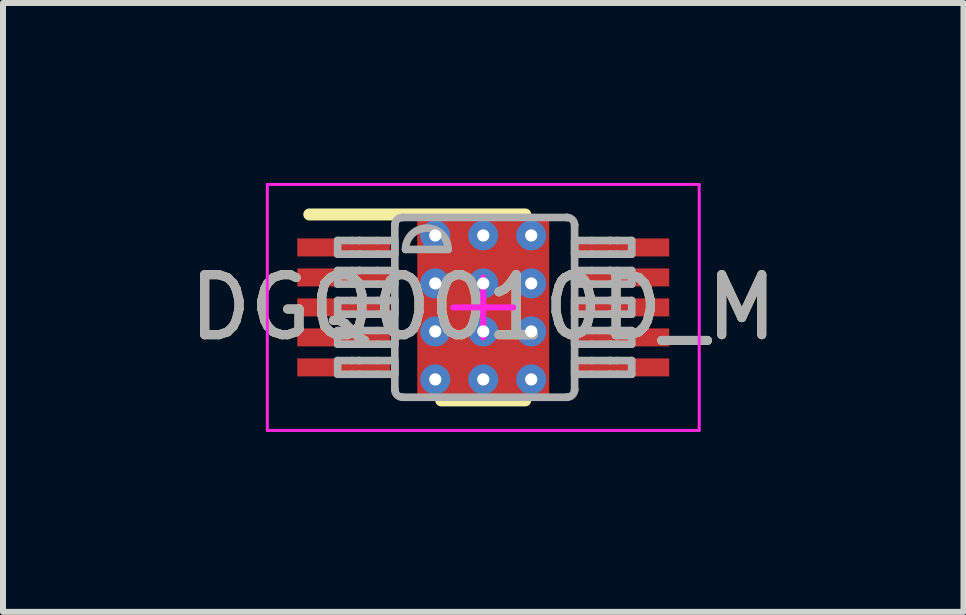
<source format=kicad_pcb>
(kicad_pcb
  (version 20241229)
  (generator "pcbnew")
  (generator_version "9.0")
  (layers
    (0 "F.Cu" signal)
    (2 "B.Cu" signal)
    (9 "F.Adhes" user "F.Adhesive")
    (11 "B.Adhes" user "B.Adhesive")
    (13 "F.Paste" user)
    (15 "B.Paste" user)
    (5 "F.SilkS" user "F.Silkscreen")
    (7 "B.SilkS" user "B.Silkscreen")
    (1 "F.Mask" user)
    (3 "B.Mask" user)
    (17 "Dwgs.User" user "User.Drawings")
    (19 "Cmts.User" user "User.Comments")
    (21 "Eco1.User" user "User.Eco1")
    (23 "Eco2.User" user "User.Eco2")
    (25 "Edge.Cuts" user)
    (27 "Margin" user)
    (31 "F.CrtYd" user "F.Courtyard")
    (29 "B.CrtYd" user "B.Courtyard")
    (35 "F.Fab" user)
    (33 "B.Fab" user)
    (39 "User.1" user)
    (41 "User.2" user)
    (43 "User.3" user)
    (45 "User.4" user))
  (footprint "DGQ0010D_M"
    (layer "F.Cu")
    (at 5.006 2.075)
    (property "Reference" "DGQ0010D_M" (at 0 0 0) (unlocked yes) (layer "F.SilkS") (effects (font (size 1 1) (thickness 0.15))))
    (attr through_hole)
    (fp_poly (pts (xy -0.915 0.899) (xy -0.915 -0.899) (xy -0.914 -0.908) (xy -0.912 -0.917) (xy -0.907 -0.925) (xy -0.902 -0.932) (xy -0.895 -0.937) (xy -0.887 -0.942) (xy -0.878 -0.944) (xy -0.869 -0.945) (xy 0.869 -0.945) (xy 0.878 -0.944) (xy 0.887 -0.942) (xy 0.895 -0.937) (xy 0.902 -0.932) (xy 0.907 -0.925) (xy 0.912 -0.917) (xy 0.914 -0.908) (xy 0.915 -0.899) (xy 0.915 0.899) (xy 0.914 0.908) (xy 0.912 0.917) (xy 0.907 0.925) (xy 0.902 0.932) (xy 0.895 0.937) (xy 0.887 0.942) (xy 0.878 0.944) (xy 0.869 0.945) (xy -0.869 0.945) (xy -0.878 0.944) (xy -0.887 0.942) (xy -0.895 0.937) (xy -0.902 0.932) (xy -0.907 0.925) (xy -0.912 0.917) (xy -0.914 0.908)) (stroke (width 0) (type solid)) (fill yes) (layer "F.Mask"))
    (fp_line (start -2.9 -1.55) (end 0.7 -1.55) (stroke (width 0.2) (type solid)) (layer "F.SilkS"))
    (fp_line (start -0.7 1.55) (end 0.7 1.55) (stroke (width 0.2) (type solid)) (layer "F.SilkS"))
    (fp_poly (pts (xy -0.915 0.899) (xy -0.915 -0.899) (xy -0.914 -0.908) (xy -0.912 -0.917) (xy -0.907 -0.925) (xy -0.902 -0.932) (xy -0.895 -0.937) (xy -0.887 -0.942) (xy -0.878 -0.944) (xy -0.869 -0.945) (xy 0.869 -0.945) (xy 0.878 -0.944) (xy 0.887 -0.942) (xy 0.895 -0.937) (xy 0.902 -0.932) (xy 0.907 -0.925) (xy 0.912 -0.917) (xy 0.914 -0.908) (xy 0.915 -0.899) (xy 0.915 0.899) (xy 0.914 0.908) (xy 0.912 0.917) (xy 0.907 0.925) (xy 0.902 0.932) (xy 0.895 0.937) (xy 0.887 0.942) (xy 0.878 0.944) (xy 0.869 0.945) (xy -0.869 0.945) (xy -0.878 0.944) (xy -0.887 0.942) (xy -0.895 0.937) (xy -0.902 0.932) (xy -0.907 0.925) (xy -0.912 0.917) (xy -0.914 0.908)) (stroke (width 0) (type solid)) (fill yes) (layer "F.Paste"))
    (fp_line (start -3.6 -2.05) (end 3.6 -2.05) (stroke (width 0.05) (type solid)) (layer "F.CrtYd"))
    (fp_line (start -3.6 2.05) (end -3.6 -2.05) (stroke (width 0.05) (type solid)) (layer "F.CrtYd"))
    (fp_line (start -3.6 2.05) (end 3.6 2.05) (stroke (width 0.05) (type solid)) (layer "F.CrtYd"))
    (fp_line (start -0.5 0.000003) (end 0.5 0.000003) (stroke (width 0.1) (type solid)) (layer "F.CrtYd"))
    (fp_line (start 0 0.5) (end 0 -0.5) (stroke (width 0.1) (type solid)) (layer "F.CrtYd"))
    (fp_line (start 3.6 2.05) (end 3.6 -2.05) (stroke (width 0.05) (type solid)) (layer "F.CrtYd"))
    (fp_line (start -2.427 -1.116) (end -2.187 -1.116) (stroke (width 0.127) (type solid)) (layer "F.Fab"))
    (fp_line (start -2.427 -0.888) (end -2.427 -1.116) (stroke (width 0.127) (type solid)) (layer "F.Fab"))
    (fp_line (start -2.427 -0.888) (end -2.187 -0.888) (stroke (width 0.127) (type solid)) (layer "F.Fab"))
    (fp_line (start -2.427 -0.616) (end -2.187 -0.616) (stroke (width 0.127) (type solid)) (layer "F.Fab"))
    (fp_line (start -2.427 -0.388) (end -2.427 -0.616) (stroke (width 0.127) (type solid)) (layer "F.Fab"))
    (fp_line (start -2.427 -0.388) (end -2.187 -0.388) (stroke (width 0.127) (type solid)) (layer "F.Fab"))
    (fp_line (start -2.427 -0.116) (end -2.187 -0.116) (stroke (width 0.127) (type solid)) (layer "F.Fab"))
    (fp_line (start -2.427 0.113) (end -2.427 -0.116) (stroke (width 0.127) (type solid)) (layer "F.Fab"))
    (fp_line (start -2.427 0.113) (end -2.187 0.113) (stroke (width 0.127) (type solid)) (layer "F.Fab"))
    (fp_line (start -2.427 0.385) (end -2.187 0.385) (stroke (width 0.127) (type solid)) (layer "F.Fab"))
    (fp_line (start -2.427 0.613) (end -2.427 0.385) (stroke (width 0.127) (type solid)) (layer "F.Fab"))
    (fp_line (start -2.427 0.613) (end -2.187 0.613) (stroke (width 0.127) (type solid)) (layer "F.Fab"))
    (fp_line (start -2.427 0.885) (end -2.187 0.885) (stroke (width 0.127) (type solid)) (layer "F.Fab"))
    (fp_line (start -2.427 1.114) (end -2.427 0.885) (stroke (width 0.127) (type solid)) (layer "F.Fab"))
    (fp_line (start -2.427 1.114) (end -2.187 1.114) (stroke (width 0.127) (type solid)) (layer "F.Fab"))
    (fp_line (start -2.187 -1.116) (end -2.067 -1.116) (stroke (width 0.127) (type solid)) (layer "F.Fab"))
    (fp_line (start -2.187 -0.888) (end -2.067 -0.888) (stroke (width 0.127) (type solid)) (layer "F.Fab"))
    (fp_line (start -2.187 -0.616) (end -2.067 -0.616) (stroke (width 0.127) (type solid)) (layer "F.Fab"))
    (fp_line (start -2.187 -0.388) (end -2.067 -0.388) (stroke (width 0.127) (type solid)) (layer "F.Fab"))
    (fp_line (start -2.187 -0.116) (end -2.067 -0.116) (stroke (width 0.127) (type solid)) (layer "F.Fab"))
    (fp_line (start -2.187 0.113) (end -2.067 0.113) (stroke (width 0.127) (type solid)) (layer "F.Fab"))
    (fp_line (start -2.187 0.385) (end -2.067 0.385) (stroke (width 0.127) (type solid)) (layer "F.Fab"))
    (fp_line (start -2.187 0.613) (end -2.067 0.613) (stroke (width 0.127) (type solid)) (layer "F.Fab"))
    (fp_line (start -2.187 0.885) (end -2.067 0.885) (stroke (width 0.127) (type solid)) (layer "F.Fab"))
    (fp_line (start -2.187 1.114) (end -2.067 1.114) (stroke (width 0.127) (type solid)) (layer "F.Fab"))
    (fp_line (start -2.067 -1.116) (end -2.064 -1.116) (stroke (width 0.127) (type solid)) (layer "F.Fab"))
    (fp_line (start -2.067 -0.888) (end -2.064 -0.888) (stroke (width 0.127) (type solid)) (layer "F.Fab"))
    (fp_line (start -2.067 -0.616) (end -2.064 -0.616) (stroke (width 0.127) (type solid)) (layer "F.Fab"))
    (fp_line (start -2.067 -0.388) (end -2.064 -0.388) (stroke (width 0.127) (type solid)) (layer "F.Fab"))
    (fp_line (start -2.067 -0.116) (end -2.064 -0.116) (stroke (width 0.127) (type solid)) (layer "F.Fab"))
    (fp_line (start -2.067 0.113) (end -2.064 0.113) (stroke (width 0.127) (type solid)) (layer "F.Fab"))
    (fp_line (start -2.067 0.385) (end -2.064 0.385) (stroke (width 0.127) (type solid)) (layer "F.Fab"))
    (fp_line (start -2.067 0.613) (end -2.064 0.613) (stroke (width 0.127) (type solid)) (layer "F.Fab"))
    (fp_line (start -2.067 0.885) (end -2.064 0.885) (stroke (width 0.127) (type solid)) (layer "F.Fab"))
    (fp_line (start -2.067 1.114) (end -2.064 1.114) (stroke (width 0.127) (type solid)) (layer "F.Fab"))
    (fp_line (start -2.064 -1.116) (end -1.76 -1.116) (stroke (width 0.127) (type solid)) (layer "F.Fab"))
    (fp_line (start -2.064 -0.888) (end -1.76 -0.888) (stroke (width 0.127) (type solid)) (layer "F.Fab"))
    (fp_line (start -2.064 -0.616) (end -1.76 -0.616) (stroke (width 0.127) (type solid)) (layer "F.Fab"))
    (fp_line (start -2.064 -0.388) (end -1.76 -0.388) (stroke (width 0.127) (type solid)) (layer "F.Fab"))
    (fp_line (start -2.064 -0.116) (end -1.76 -0.116) (stroke (width 0.127) (type solid)) (layer "F.Fab"))
    (fp_line (start -2.064 0.113) (end -1.76 0.113) (stroke (width 0.127) (type solid)) (layer "F.Fab"))
    (fp_line (start -2.064 0.385) (end -1.76 0.385) (stroke (width 0.127) (type solid)) (layer "F.Fab"))
    (fp_line (start -2.064 0.613) (end -1.76 0.613) (stroke (width 0.127) (type solid)) (layer "F.Fab"))
    (fp_line (start -2.064 0.885) (end -1.76 0.885) (stroke (width 0.127) (type solid)) (layer "F.Fab"))
    (fp_line (start -2.064 1.114) (end -1.76 1.114) (stroke (width 0.127) (type solid)) (layer "F.Fab"))
    (fp_line (start -1.76 -1.116) (end -1.474 -1.116) (stroke (width 0.127) (type solid)) (layer "F.Fab"))
    (fp_line (start -1.76 -0.888) (end -1.474 -0.888) (stroke (width 0.127) (type solid)) (layer "F.Fab"))
    (fp_line (start -1.76 -0.616) (end -1.474 -0.616) (stroke (width 0.127) (type solid)) (layer "F.Fab"))
    (fp_line (start -1.76 -0.388) (end -1.474 -0.388) (stroke (width 0.127) (type solid)) (layer "F.Fab"))
    (fp_line (start -1.76 -0.116) (end -1.474 -0.116) (stroke (width 0.127) (type solid)) (layer "F.Fab"))
    (fp_line (start -1.76 0.113) (end -1.474 0.113) (stroke (width 0.127) (type solid)) (layer "F.Fab"))
    (fp_line (start -1.76 0.385) (end -1.474 0.385) (stroke (width 0.127) (type solid)) (layer "F.Fab"))
    (fp_line (start -1.76 0.613) (end -1.474 0.613) (stroke (width 0.127) (type solid)) (layer "F.Fab"))
    (fp_line (start -1.76 0.885) (end -1.474 0.885) (stroke (width 0.127) (type solid)) (layer "F.Fab"))
    (fp_line (start -1.76 1.114) (end -1.474 1.114) (stroke (width 0.127) (type solid)) (layer "F.Fab"))
    (fp_line (start -1.474 -1.373) (end -1.474 -1.376) (stroke (width 0.127) (type solid)) (layer "F.Fab"))
    (fp_line (start -1.474 -0.888) (end -1.474 -1.116) (stroke (width 0.127) (type solid)) (layer "F.Fab"))
    (fp_line (start -1.474 -0.388) (end -1.474 -0.616) (stroke (width 0.127) (type solid)) (layer "F.Fab"))
    (fp_line (start -1.474 0.113) (end -1.474 -0.116) (stroke (width 0.127) (type solid)) (layer "F.Fab"))
    (fp_line (start -1.474 0.613) (end -1.474 0.385) (stroke (width 0.127) (type solid)) (layer "F.Fab"))
    (fp_line (start -1.474 1.114) (end -1.474 0.885) (stroke (width 0.127) (type solid)) (layer "F.Fab"))
    (fp_line (start -1.474 1.37) (end -1.474 -1.373) (stroke (width 0.127) (type solid)) (layer "F.Fab"))
    (fp_line (start -1.474 1.37) (end -1.474 1.373) (stroke (width 0.127) (type solid)) (layer "F.Fab"))
    (fp_line (start -1.35 -1.5) (end -1.347 -1.5) (stroke (width 0.127) (type solid)) (layer "F.Fab"))
    (fp_line (start -1.35 1.497) (end -1.347 1.497) (stroke (width 0.127) (type solid)) (layer "F.Fab"))
    (fp_line (start -1.347 -1.5) (end 1.396 -1.5) (stroke (width 0.127) (type solid)) (layer "F.Fab"))
    (fp_line (start -1.347 1.497) (end 1.396 1.497) (stroke (width 0.127) (type solid)) (layer "F.Fab"))
    (fp_line (start -1.296 -0.967) (end -0.585 -0.967) (stroke (width 0.127) (type solid)) (layer "F.Fab"))
    (fp_line (start 1.396 -1.5) (end 1.399 -1.5) (stroke (width 0.127) (type solid)) (layer "F.Fab"))
    (fp_line (start 1.396 1.497) (end 1.399 1.497) (stroke (width 0.127) (type solid)) (layer "F.Fab"))
    (fp_line (start 1.523 -1.376) (end 1.523 -1.373) (stroke (width 0.127) (type solid)) (layer "F.Fab"))
    (fp_line (start 1.523 1.373) (end 1.523 1.37) (stroke (width 0.127) (type solid)) (layer "F.Fab"))
    (fp_line (start 1.523 -1.116) (end 1.809 -1.116) (stroke (width 0.127) (type solid)) (layer "F.Fab"))
    (fp_line (start 1.523 -0.888) (end 1.523 -1.116) (stroke (width 0.127) (type solid)) (layer "F.Fab"))
    (fp_line (start 1.523 -0.888) (end 1.809 -0.888) (stroke (width 0.127) (type solid)) (layer "F.Fab"))
    (fp_line (start 1.523 -0.616) (end 1.809 -0.616) (stroke (width 0.127) (type solid)) (layer "F.Fab"))
    (fp_line (start 1.523 -0.388) (end 1.523 -0.616) (stroke (width 0.127) (type solid)) (layer "F.Fab"))
    (fp_line (start 1.523 -0.388) (end 1.809 -0.388) (stroke (width 0.127) (type solid)) (layer "F.Fab"))
    (fp_line (start 1.523 -0.116) (end 1.809 -0.116) (stroke (width 0.127) (type solid)) (layer "F.Fab"))
    (fp_line (start 1.523 0.113) (end 1.523 -0.116) (stroke (width 0.127) (type solid)) (layer "F.Fab"))
    (fp_line (start 1.523 0.113) (end 1.809 0.113) (stroke (width 0.127) (type solid)) (layer "F.Fab"))
    (fp_line (start 1.523 0.385) (end 1.809 0.385) (stroke (width 0.127) (type solid)) (layer "F.Fab"))
    (fp_line (start 1.523 0.613) (end 1.523 0.385) (stroke (width 0.127) (type solid)) (layer "F.Fab"))
    (fp_line (start 1.523 0.613) (end 1.809 0.613) (stroke (width 0.127) (type solid)) (layer "F.Fab"))
    (fp_line (start 1.523 0.885) (end 1.809 0.885) (stroke (width 0.127) (type solid)) (layer "F.Fab"))
    (fp_line (start 1.523 1.114) (end 1.523 0.885) (stroke (width 0.127) (type solid)) (layer "F.Fab"))
    (fp_line (start 1.523 1.114) (end 1.809 1.114) (stroke (width 0.127) (type solid)) (layer "F.Fab"))
    (fp_line (start 1.523 1.37) (end 1.523 -1.373) (stroke (width 0.127) (type solid)) (layer "F.Fab"))
    (fp_line (start 1.809 -1.116) (end 2.113 -1.116) (stroke (width 0.127) (type solid)) (layer "F.Fab"))
    (fp_line (start 1.809 -0.888) (end 2.113 -0.888) (stroke (width 0.127) (type solid)) (layer "F.Fab"))
    (fp_line (start 1.809 -0.616) (end 2.113 -0.616) (stroke (width 0.127) (type solid)) (layer "F.Fab"))
    (fp_line (start 1.809 -0.388) (end 2.113 -0.388) (stroke (width 0.127) (type solid)) (layer "F.Fab"))
    (fp_line (start 1.809 -0.116) (end 2.113 -0.116) (stroke (width 0.127) (type solid)) (layer "F.Fab"))
    (fp_line (start 1.809 0.113) (end 2.113 0.113) (stroke (width 0.127) (type solid)) (layer "F.Fab"))
    (fp_line (start 1.809 0.385) (end 2.113 0.385) (stroke (width 0.127) (type solid)) (layer "F.Fab"))
    (fp_line (start 1.809 0.613) (end 2.113 0.613) (stroke (width 0.127) (type solid)) (layer "F.Fab"))
    (fp_line (start 1.809 0.885) (end 2.113 0.885) (stroke (width 0.127) (type solid)) (layer "F.Fab"))
    (fp_line (start 1.809 1.114) (end 2.113 1.114) (stroke (width 0.127) (type solid)) (layer "F.Fab"))
    (fp_line (start 2.113 -1.116) (end 2.116 -1.116) (stroke (width 0.127) (type solid)) (layer "F.Fab"))
    (fp_line (start 2.113 -0.888) (end 2.116 -0.888) (stroke (width 0.127) (type solid)) (layer "F.Fab"))
    (fp_line (start 2.113 -0.616) (end 2.116 -0.616) (stroke (width 0.127) (type solid)) (layer "F.Fab"))
    (fp_line (start 2.113 -0.388) (end 2.116 -0.388) (stroke (width 0.127) (type solid)) (layer "F.Fab"))
    (fp_line (start 2.113 -0.116) (end 2.116 -0.116) (stroke (width 0.127) (type solid)) (layer "F.Fab"))
    (fp_line (start 2.113 0.113) (end 2.116 0.113) (stroke (width 0.127) (type solid)) (layer "F.Fab"))
    (fp_line (start 2.113 0.385) (end 2.116 0.385) (stroke (width 0.127) (type solid)) (layer "F.Fab"))
    (fp_line (start 2.113 0.613) (end 2.116 0.613) (stroke (width 0.127) (type solid)) (layer "F.Fab"))
    (fp_line (start 2.113 0.885) (end 2.116 0.885) (stroke (width 0.127) (type solid)) (layer "F.Fab"))
    (fp_line (start 2.113 1.114) (end 2.116 1.114) (stroke (width 0.127) (type solid)) (layer "F.Fab"))
    (fp_line (start 2.116 -1.116) (end 2.236 -1.116) (stroke (width 0.127) (type solid)) (layer "F.Fab"))
    (fp_line (start 2.116 -0.888) (end 2.236 -0.888) (stroke (width 0.127) (type solid)) (layer "F.Fab"))
    (fp_line (start 2.116 -0.616) (end 2.236 -0.616) (stroke (width 0.127) (type solid)) (layer "F.Fab"))
    (fp_line (start 2.116 -0.388) (end 2.236 -0.388) (stroke (width 0.127) (type solid)) (layer "F.Fab"))
    (fp_line (start 2.116 -0.116) (end 2.236 -0.116) (stroke (width 0.127) (type solid)) (layer "F.Fab"))
    (fp_line (start 2.116 0.113) (end 2.236 0.113) (stroke (width 0.127) (type solid)) (layer "F.Fab"))
    (fp_line (start 2.116 0.385) (end 2.236 0.385) (stroke (width 0.127) (type solid)) (layer "F.Fab"))
    (fp_line (start 2.116 0.613) (end 2.236 0.613) (stroke (width 0.127) (type solid)) (layer "F.Fab"))
    (fp_line (start 2.116 0.885) (end 2.236 0.885) (stroke (width 0.127) (type solid)) (layer "F.Fab"))
    (fp_line (start 2.116 1.114) (end 2.236 1.114) (stroke (width 0.127) (type solid)) (layer "F.Fab"))
    (fp_line (start 2.236 -1.116) (end 2.475 -1.116) (stroke (width 0.127) (type solid)) (layer "F.Fab"))
    (fp_line (start 2.236 -0.888) (end 2.475 -0.888) (stroke (width 0.127) (type solid)) (layer "F.Fab"))
    (fp_line (start 2.236 -0.616) (end 2.475 -0.616) (stroke (width 0.127) (type solid)) (layer "F.Fab"))
    (fp_line (start 2.236 -0.388) (end 2.475 -0.388) (stroke (width 0.127) (type solid)) (layer "F.Fab"))
    (fp_line (start 2.236 -0.116) (end 2.475 -0.116) (stroke (width 0.127) (type solid)) (layer "F.Fab"))
    (fp_line (start 2.236 0.113) (end 2.475 0.113) (stroke (width 0.127) (type solid)) (layer "F.Fab"))
    (fp_line (start 2.236 0.385) (end 2.475 0.385) (stroke (width 0.127) (type solid)) (layer "F.Fab"))
    (fp_line (start 2.236 0.613) (end 2.475 0.613) (stroke (width 0.127) (type solid)) (layer "F.Fab"))
    (fp_line (start 2.236 0.885) (end 2.475 0.885) (stroke (width 0.127) (type solid)) (layer "F.Fab"))
    (fp_line (start 2.236 1.114) (end 2.475 1.114) (stroke (width 0.127) (type solid)) (layer "F.Fab"))
    (fp_line (start 2.475 -0.888) (end 2.475 -1.116) (stroke (width 0.127) (type solid)) (layer "F.Fab"))
    (fp_line (start 2.475 -0.388) (end 2.475 -0.616) (stroke (width 0.127) (type solid)) (layer "F.Fab"))
    (fp_line (start 2.475 0.113) (end 2.475 -0.116) (stroke (width 0.127) (type solid)) (layer "F.Fab"))
    (fp_line (start 2.475 0.613) (end 2.475 0.385) (stroke (width 0.127) (type solid)) (layer "F.Fab"))
    (fp_line (start 2.475 1.114) (end 2.475 0.885) (stroke (width 0.127) (type solid)) (layer "F.Fab"))
    (fp_arc (start -1.474232 -1.375768) (mid -1.437062 -1.46283) (end -1.35 -1.5) (stroke (width 0.127) (type solid)) (layer "F.Fab"))
    (fp_arc (start -1.35 1.49715) (mid -1.437062 1.45998) (end -1.474232 1.372918) (stroke (width 0.127) (type solid)) (layer "F.Fab"))
    (fp_arc (start -1.296457 -0.966625) (mid -0.940857 -1.322225) (end -0.585257 -0.966625) (stroke (width 0.127) (type solid)) (layer "F.Fab"))
    (fp_arc (start 1.398686 -1.5) (mid 1.485749 -1.46283) (end 1.522919 -1.375768) (stroke (width 0.127) (type solid)) (layer "F.Fab"))
    (fp_arc (start 1.522919 1.372918) (mid 1.485749 1.45998) (end 1.398686 1.49715) (stroke (width 0.127) (type solid)) (layer "F.Fab"))
    (fp_text user "${REFERENCE}" (at 0 0 0) (unlocked yes) (layer "F.Fab") (effects (font (size 1 1) (thickness 0.15))))
    (pad "1" smd rect (at -2.325 -1 90) (size 0.3 1.55) (layers "F.Cu" "F.Mask" "F.Paste"))
    (pad "2" smd rect (at -2.325 -0.5 90) (size 0.3 1.55) (layers "F.Cu" "F.Mask" "F.Paste"))
    (pad "3" smd rect (at -2.325 0 90) (size 0.3 1.55) (layers "F.Cu" "F.Mask" "F.Paste"))
    (pad "4" smd rect (at -2.325 0.5 90) (size 0.3 1.55) (layers "F.Cu" "F.Mask" "F.Paste"))
    (pad "5" smd rect (at -2.325 1 90) (size 0.3 1.55) (layers "F.Cu" "F.Mask" "F.Paste"))
    (pad "6" smd rect (at 2.325 1 90) (size 0.3 1.55) (layers "F.Cu" "F.Mask" "F.Paste"))
    (pad "7" smd rect (at 2.325 0.5 90) (size 0.3 1.55) (layers "F.Cu" "F.Mask" "F.Paste"))
    (pad "8" smd rect (at 2.325 0 90) (size 0.3 1.55) (layers "F.Cu" "F.Mask" "F.Paste"))
    (pad "9" smd rect (at 2.325 -0.5 90) (size 0.3 1.55) (layers "F.Cu" "F.Mask" "F.Paste"))
    (pad "10" smd rect (at 2.325 -1 90) (size 0.3 1.55) (layers "F.Cu" "F.Mask" "F.Paste"))
    (pad "11" smd rect (at 0 0) (size 2.2 3.1) (layers "F.Cu"))
    (pad "V" thru_hole circle (at -0.8 -1.2) (size 0.5 0.5) (drill 0.203) (layers "*.Cu" "*.Mask"))
    (pad "V" thru_hole circle (at -0.8 -0.4) (size 0.5 0.5) (drill 0.203) (layers "*.Cu" "*.Mask"))
    (pad "V" thru_hole circle (at -0.8 0.4) (size 0.5 0.5) (drill 0.203) (layers "*.Cu" "*.Mask"))
    (pad "V" thru_hole circle (at -0.8 1.2) (size 0.5 0.5) (drill 0.203) (layers "*.Cu" "*.Mask"))
    (pad "V" thru_hole circle (at 0 -1.2) (size 0.5 0.5) (drill 0.203) (layers "*.Cu" "*.Mask"))
    (pad "V" thru_hole circle (at 0 -0.4) (size 0.5 0.5) (drill 0.203) (layers "*.Cu" "*.Mask"))
    (pad "V" thru_hole circle (at 0 0.4) (size 0.5 0.5) (drill 0.203) (layers "*.Cu" "*.Mask"))
    (pad "V" thru_hole circle (at 0 1.2) (size 0.5 0.5) (drill 0.203) (layers "*.Cu" "*.Mask"))
    (pad "V" thru_hole circle (at 0.8 -1.2) (size 0.5 0.5) (drill 0.203) (layers "*.Cu" "*.Mask"))
    (pad "V" thru_hole circle (at 0.8 -0.4) (size 0.5 0.5) (drill 0.203) (layers "*.Cu" "*.Mask"))
    (pad "V" thru_hole circle (at 0.8 0.4) (size 0.5 0.5) (drill 0.203) (layers "*.Cu" "*.Mask"))
    (pad "V" thru_hole circle (at 0.8 1.2) (size 0.5 0.5) (drill 0.203) (layers "*.Cu" "*.Mask")))
  (gr_rect
    (start -3 -3)
    (end 13.012 7.15)
    (stroke (width 0.1) (type default))
    (fill no)
    (layer "Edge.Cuts")))
</source>
